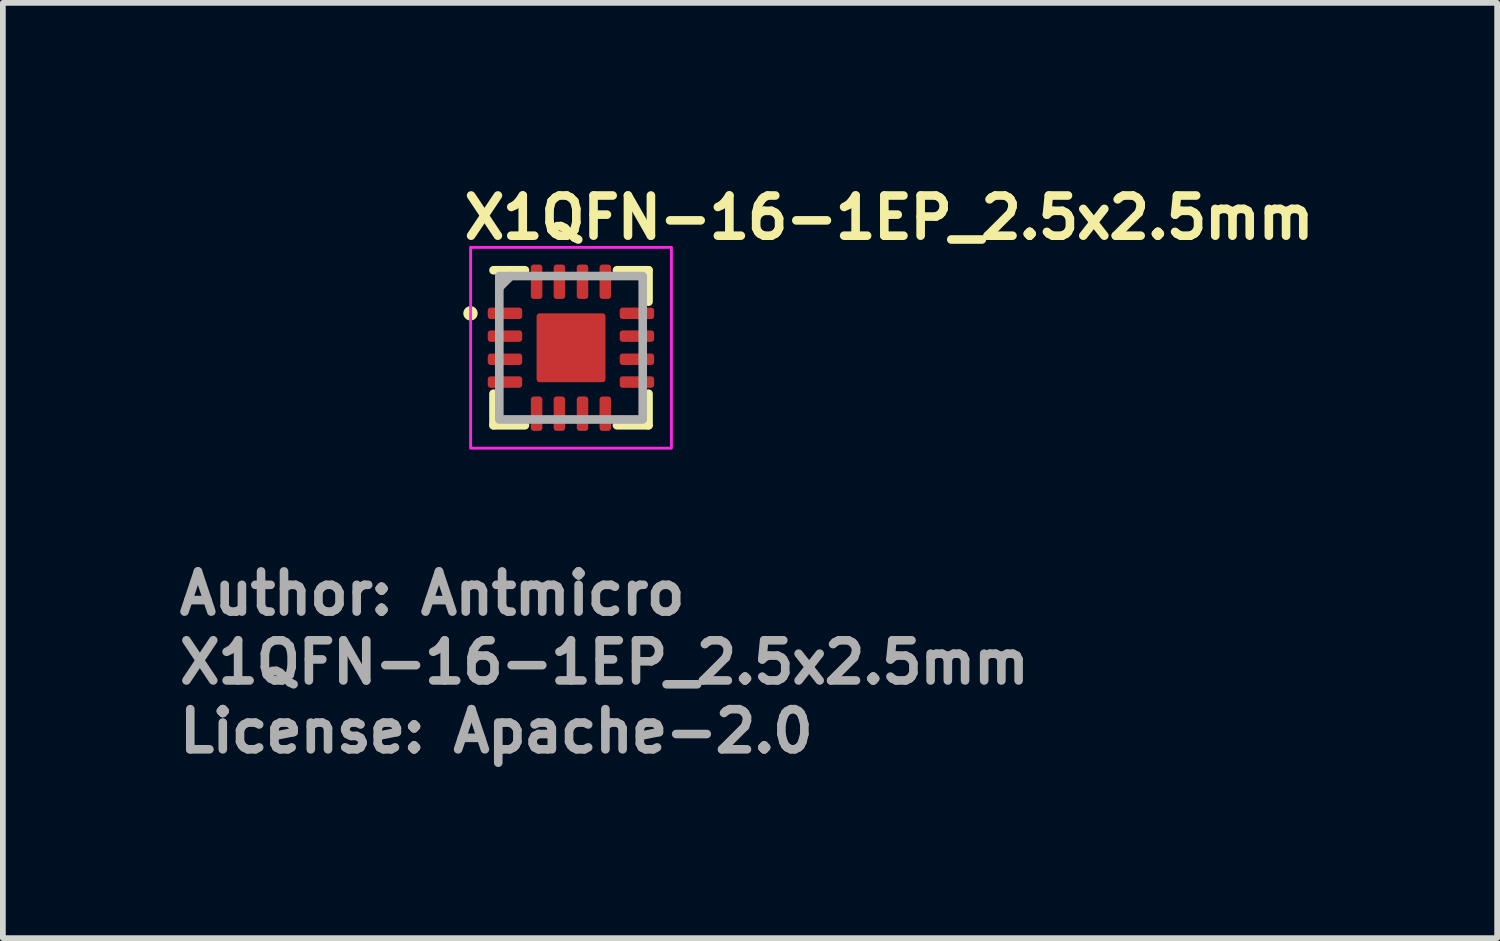
<source format=kicad_pcb>
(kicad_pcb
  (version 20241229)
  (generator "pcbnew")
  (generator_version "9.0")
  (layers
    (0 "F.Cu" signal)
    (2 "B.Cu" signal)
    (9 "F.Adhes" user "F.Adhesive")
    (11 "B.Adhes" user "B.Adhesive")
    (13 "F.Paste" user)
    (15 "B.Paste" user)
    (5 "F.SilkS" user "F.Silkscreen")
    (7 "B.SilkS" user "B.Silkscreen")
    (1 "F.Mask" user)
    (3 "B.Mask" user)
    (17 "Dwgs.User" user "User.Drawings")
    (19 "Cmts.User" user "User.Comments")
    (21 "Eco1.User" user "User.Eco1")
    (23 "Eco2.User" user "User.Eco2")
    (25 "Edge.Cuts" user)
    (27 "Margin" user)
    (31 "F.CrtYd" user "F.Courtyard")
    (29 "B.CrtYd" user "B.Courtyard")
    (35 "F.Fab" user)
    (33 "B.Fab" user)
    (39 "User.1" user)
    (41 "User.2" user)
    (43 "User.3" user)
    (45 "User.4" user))
  (footprint "X1QFN-16-1EP_2.5x2.5mm"
    (layer "F.Cu")
    (at 6.9 3.01)
    (property "Reference" "X1QFN-16-1EP_2.5x2.5mm" (at -1.94 -1.86 0) (unlocked yes) (layer "F.SilkS") (effects (font (size 0.7 0.7) (thickness 0.15)) (justify left bottom)))
    (attr smd)
    (fp_line (start -1.351 -1.351) (end -0.803 -1.351) (stroke (width 0.15) (type solid)) (layer "F.SilkS"))
    (fp_line (start -1.351 1.35) (end -1.351 0.8) (stroke (width 0.15) (type solid)) (layer "F.SilkS"))
    (fp_line (start -0.803 1.35) (end -1.351 1.35) (stroke (width 0.15) (type solid)) (layer "F.SilkS"))
    (fp_line (start 0.8 -1.351) (end 1.35 -1.351) (stroke (width 0.15) (type solid)) (layer "F.SilkS"))
    (fp_line (start 1.35 -1.351) (end 1.35 -0.803) (stroke (width 0.15) (type solid)) (layer "F.SilkS"))
    (fp_line (start 1.35 0.8) (end 1.35 1.35) (stroke (width 0.15) (type solid)) (layer "F.SilkS"))
    (fp_line (start 1.35 1.35) (end 0.8 1.35) (stroke (width 0.15) (type solid)) (layer "F.SilkS"))
    (fp_circle (center -1.752 -0.6) (end -1.702 -0.6) (stroke (width 0.15) (type solid)) (fill yes) (layer "F.SilkS"))
    (fp_rect (start -1.75 -1.75) (end 1.749 1.749) (stroke (width 0.05) (type solid)) (fill no) (layer "F.CrtYd"))
    (fp_line (start -1.25 -1.05) (end -1.05 -1.25) (stroke (width 0.15) (type solid)) (layer "F.Fab"))
    (fp_rect (start -1.25 -1.25) (end 1.249 1.249) (stroke (width 0.15) (type solid)) (fill no) (layer "F.Fab"))
    (fp_rect (start -1.25 -1.25) (end 1.249 1.249) (stroke (width 0.1) (type solid)) (fill no) (layer "User.5"))
    (fp_line (start -1.25 -1.25) (end 1.249 -1.25) (stroke (width 0.02) (type solid)) (layer "User.9"))
    (fp_line (start -1.25 1.249) (end -1.25 -1.25) (stroke (width 0.02) (type solid)) (layer "User.9"))
    (fp_line (start -0.902 -0.802) (end -0.901 -0.796) (stroke (width 0.02) (type solid)) (layer "User.9"))
    (fp_line (start -0.901 -0.812) (end -0.901 -0.807) (stroke (width 0.02) (type solid)) (layer "User.9"))
    (fp_line (start -0.901 -0.807) (end -0.902 -0.801) (stroke (width 0.02) (type solid)) (layer "User.9"))
    (fp_line (start -0.901 -0.796) (end -0.901 -0.791) (stroke (width 0.02) (type solid)) (layer "User.9"))
    (fp_line (start -0.901 -0.791) (end -0.9 -0.786) (stroke (width 0.02) (type solid)) (layer "User.9"))
    (fp_line (start -0.9 -0.817) (end -0.901 -0.812) (stroke (width 0.02) (type solid)) (layer "User.9"))
    (fp_line (start -0.9 -0.786) (end -0.899 -0.781) (stroke (width 0.02) (type solid)) (layer "User.9"))
    (fp_line (start -0.899 -0.822) (end -0.9 -0.817) (stroke (width 0.02) (type solid)) (layer "User.9"))
    (fp_line (start -0.899 -0.781) (end -0.898 -0.777) (stroke (width 0.02) (type solid)) (layer "User.9"))
    (fp_line (start -0.898 -0.826) (end -0.899 -0.822) (stroke (width 0.02) (type solid)) (layer "User.9"))
    (fp_line (start -0.898 -0.777) (end -0.896 -0.772) (stroke (width 0.02) (type solid)) (layer "User.9"))
    (fp_line (start -0.896 -0.831) (end -0.898 -0.826) (stroke (width 0.02) (type solid)) (layer "User.9"))
    (fp_line (start -0.896 -0.772) (end -0.894 -0.766) (stroke (width 0.02) (type solid)) (layer "User.9"))
    (fp_line (start -0.894 -0.835) (end -0.896 -0.831) (stroke (width 0.02) (type solid)) (layer "User.9"))
    (fp_line (start -0.894 -0.766) (end -0.893 -0.762) (stroke (width 0.02) (type solid)) (layer "User.9"))
    (fp_line (start -0.893 -0.839) (end -0.894 -0.835) (stroke (width 0.02) (type solid)) (layer "User.9"))
    (fp_line (start -0.893 -0.762) (end -0.891 -0.757) (stroke (width 0.02) (type solid)) (layer "User.9"))
    (fp_line (start -0.891 -0.844) (end -0.893 -0.839) (stroke (width 0.02) (type solid)) (layer "User.9"))
    (fp_line (start -0.891 -0.757) (end -0.888 -0.753) (stroke (width 0.02) (type solid)) (layer "User.9"))
    (fp_line (start -0.888 -0.848) (end -0.891 -0.844) (stroke (width 0.02) (type solid)) (layer "User.9"))
    (fp_line (start -0.888 -0.753) (end -0.886 -0.749) (stroke (width 0.02) (type solid)) (layer "User.9"))
    (fp_line (start -0.886 -0.852) (end -0.888 -0.848) (stroke (width 0.02) (type solid)) (layer "User.9"))
    (fp_line (start -0.886 -0.749) (end -0.883 -0.745) (stroke (width 0.02) (type solid)) (layer "User.9"))
    (fp_line (start -0.883 -0.856) (end -0.886 -0.852) (stroke (width 0.02) (type solid)) (layer "User.9"))
    (fp_line (start -0.883 -0.745) (end -0.881 -0.741) (stroke (width 0.02) (type solid)) (layer "User.9"))
    (fp_line (start -0.881 -0.86) (end -0.883 -0.856) (stroke (width 0.02) (type solid)) (layer "User.9"))
    (fp_line (start -0.881 -0.741) (end -0.878 -0.737) (stroke (width 0.02) (type solid)) (layer "User.9"))
    (fp_line (start -0.878 -0.864) (end -0.881 -0.86) (stroke (width 0.02) (type solid)) (layer "User.9"))
    (fp_line (start -0.878 -0.737) (end -0.875 -0.733) (stroke (width 0.02) (type solid)) (layer "User.9"))
    (fp_line (start -0.875 -0.868) (end -0.878 -0.864) (stroke (width 0.02) (type solid)) (layer "User.9"))
    (fp_line (start -0.875 -0.733) (end -0.871 -0.73) (stroke (width 0.02) (type solid)) (layer "User.9"))
    (fp_line (start -0.871 -0.871) (end -0.875 -0.868) (stroke (width 0.02) (type solid)) (layer "User.9"))
    (fp_line (start -0.871 -0.73) (end -0.868 -0.727) (stroke (width 0.02) (type solid)) (layer "User.9"))
    (fp_line (start -0.868 -0.874) (end -0.871 -0.871) (stroke (width 0.02) (type solid)) (layer "User.9"))
    (fp_line (start -0.868 -0.727) (end -0.864 -0.723) (stroke (width 0.02) (type solid)) (layer "User.9"))
    (fp_line (start -0.864 -0.878) (end -0.868 -0.874) (stroke (width 0.02) (type solid)) (layer "User.9"))
    (fp_line (start -0.864 -0.723) (end -0.86 -0.72) (stroke (width 0.02) (type solid)) (layer "User.9"))
    (fp_line (start -0.86 -0.881) (end -0.864 -0.878) (stroke (width 0.02) (type solid)) (layer "User.9"))
    (fp_line (start -0.86 -0.72) (end -0.856 -0.718) (stroke (width 0.02) (type solid)) (layer "User.9"))
    (fp_line (start -0.856 -0.883) (end -0.86 -0.881) (stroke (width 0.02) (type solid)) (layer "User.9"))
    (fp_line (start -0.856 -0.718) (end -0.852 -0.715) (stroke (width 0.02) (type solid)) (layer "User.9"))
    (fp_line (start -0.852 -0.886) (end -0.856 -0.883) (stroke (width 0.02) (type solid)) (layer "User.9"))
    (fp_line (start -0.852 -0.715) (end -0.848 -0.713) (stroke (width 0.02) (type solid)) (layer "User.9"))
    (fp_line (start -0.848 -0.888) (end -0.852 -0.886) (stroke (width 0.02) (type solid)) (layer "User.9"))
    (fp_line (start -0.848 -0.713) (end -0.844 -0.71) (stroke (width 0.02) (type solid)) (layer "User.9"))
    (fp_line (start -0.844 -0.891) (end -0.848 -0.888) (stroke (width 0.02) (type solid)) (layer "User.9"))
    (fp_line (start -0.844 -0.71) (end -0.839 -0.708) (stroke (width 0.02) (type solid)) (layer "User.9"))
    (fp_line (start -0.839 -0.893) (end -0.844 -0.891) (stroke (width 0.02) (type solid)) (layer "User.9"))
    (fp_line (start -0.839 -0.708) (end -0.835 -0.707) (stroke (width 0.02) (type solid)) (layer "User.9"))
    (fp_line (start -0.835 -0.894) (end -0.839 -0.893) (stroke (width 0.02) (type solid)) (layer "User.9"))
    (fp_line (start -0.835 -0.707) (end -0.831 -0.705) (stroke (width 0.02) (type solid)) (layer "User.9"))
    (fp_line (start -0.831 -0.896) (end -0.835 -0.894) (stroke (width 0.02) (type solid)) (layer "User.9"))
    (fp_line (start -0.831 -0.705) (end -0.826 -0.704) (stroke (width 0.02) (type solid)) (layer "User.9"))
    (fp_line (start -0.826 -0.898) (end -0.831 -0.896) (stroke (width 0.02) (type solid)) (layer "User.9"))
    (fp_line (start -0.826 -0.704) (end -0.822 -0.704) (stroke (width 0.02) (type solid)) (layer "User.9"))
    (fp_line (start -0.822 -0.899) (end -0.826 -0.898) (stroke (width 0.02) (type solid)) (layer "User.9"))
    (fp_line (start -0.822 -0.704) (end -0.817 -0.703) (stroke (width 0.02) (type solid)) (layer "User.9"))
    (fp_line (start -0.817 -0.9) (end -0.822 -0.899) (stroke (width 0.02) (type solid)) (layer "User.9"))
    (fp_line (start -0.817 -0.703) (end -0.812 -0.702) (stroke (width 0.02) (type solid)) (layer "User.9"))
    (fp_line (start -0.812 -0.901) (end -0.817 -0.9) (stroke (width 0.02) (type solid)) (layer "User.9"))
    (fp_line (start -0.812 -0.702) (end -0.807 -0.702) (stroke (width 0.02) (type solid)) (layer "User.9"))
    (fp_line (start -0.807 -0.901) (end -0.812 -0.901) (stroke (width 0.02) (type solid)) (layer "User.9"))
    (fp_line (start -0.807 -0.702) (end -0.802 -0.702) (stroke (width 0.02) (type solid)) (layer "User.9"))
    (fp_line (start -0.802 -0.901) (end -0.807 -0.901) (stroke (width 0.02) (type solid)) (layer "User.9"))
    (fp_line (start -0.802 -0.901) (end -0.802 -0.901) (stroke (width 0.02) (type solid)) (layer "User.9"))
    (fp_line (start -0.802 -0.702) (end -0.802 -0.702) (stroke (width 0.02) (type solid)) (layer "User.9"))
    (fp_line (start -0.802 -0.702) (end -0.796 -0.702) (stroke (width 0.02) (type solid)) (layer "User.9"))
    (fp_line (start -0.796 -0.901) (end -0.802 -0.901) (stroke (width 0.02) (type solid)) (layer "User.9"))
    (fp_line (start -0.796 -0.702) (end -0.791 -0.702) (stroke (width 0.02) (type solid)) (layer "User.9"))
    (fp_line (start -0.791 -0.901) (end -0.796 -0.901) (stroke (width 0.02) (type solid)) (layer "User.9"))
    (fp_line (start -0.791 -0.702) (end -0.786 -0.703) (stroke (width 0.02) (type solid)) (layer "User.9"))
    (fp_line (start -0.786 -0.9) (end -0.791 -0.901) (stroke (width 0.02) (type solid)) (layer "User.9"))
    (fp_line (start -0.786 -0.703) (end -0.781 -0.704) (stroke (width 0.02) (type solid)) (layer "User.9"))
    (fp_line (start -0.781 -0.899) (end -0.786 -0.9) (stroke (width 0.02) (type solid)) (layer "User.9"))
    (fp_line (start -0.781 -0.704) (end -0.777 -0.704) (stroke (width 0.02) (type solid)) (layer "User.9"))
    (fp_line (start -0.777 -0.898) (end -0.781 -0.899) (stroke (width 0.02) (type solid)) (layer "User.9"))
    (fp_line (start -0.777 -0.704) (end -0.772 -0.705) (stroke (width 0.02) (type solid)) (layer "User.9"))
    (fp_line (start -0.772 -0.896) (end -0.777 -0.898) (stroke (width 0.02) (type solid)) (layer "User.9"))
    (fp_line (start -0.772 -0.705) (end -0.766 -0.707) (stroke (width 0.02) (type solid)) (layer "User.9"))
    (fp_line (start -0.766 -0.894) (end -0.772 -0.896) (stroke (width 0.02) (type solid)) (layer "User.9"))
    (fp_line (start -0.766 -0.707) (end -0.762 -0.708) (stroke (width 0.02) (type solid)) (layer "User.9"))
    (fp_line (start -0.762 -0.893) (end -0.766 -0.894) (stroke (width 0.02) (type solid)) (layer "User.9"))
    (fp_line (start -0.762 -0.708) (end -0.757 -0.71) (stroke (width 0.02) (type solid)) (layer "User.9"))
    (fp_line (start -0.757 -0.891) (end -0.762 -0.893) (stroke (width 0.02) (type solid)) (layer "User.9"))
    (fp_line (start -0.757 -0.71) (end -0.753 -0.713) (stroke (width 0.02) (type solid)) (layer "User.9"))
    (fp_line (start -0.753 -0.888) (end -0.757 -0.891) (stroke (width 0.02) (type solid)) (layer "User.9"))
    (fp_line (start -0.753 -0.713) (end -0.749 -0.715) (stroke (width 0.02) (type solid)) (layer "User.9"))
    (fp_line (start -0.749 -0.886) (end -0.753 -0.888) (stroke (width 0.02) (type solid)) (layer "User.9"))
    (fp_line (start -0.749 -0.715) (end -0.745 -0.718) (stroke (width 0.02) (type solid)) (layer "User.9"))
    (fp_line (start -0.745 -0.883) (end -0.749 -0.886) (stroke (width 0.02) (type solid)) (layer "User.9"))
    (fp_line (start -0.745 -0.718) (end -0.741 -0.72) (stroke (width 0.02) (type solid)) (layer "User.9"))
    (fp_line (start -0.741 -0.881) (end -0.745 -0.883) (stroke (width 0.02) (type solid)) (layer "User.9"))
    (fp_line (start -0.741 -0.72) (end -0.737 -0.723) (stroke (width 0.02) (type solid)) (layer "User.9"))
    (fp_line (start -0.737 -0.878) (end -0.741 -0.881) (stroke (width 0.02) (type solid)) (layer "User.9"))
    (fp_line (start -0.737 -0.723) (end -0.733 -0.727) (stroke (width 0.02) (type solid)) (layer "User.9"))
    (fp_line (start -0.733 -0.874) (end -0.737 -0.878) (stroke (width 0.02) (type solid)) (layer "User.9"))
    (fp_line (start -0.733 -0.727) (end -0.73 -0.73) (stroke (width 0.02) (type solid)) (layer "User.9"))
    (fp_line (start -0.73 -0.871) (end -0.733 -0.874) (stroke (width 0.02) (type solid)) (layer "User.9"))
    (fp_line (start -0.73 -0.73) (end -0.726 -0.733) (stroke (width 0.02) (type solid)) (layer "User.9"))
    (fp_line (start -0.726 -0.868) (end -0.73 -0.871) (stroke (width 0.02) (type solid)) (layer "User.9"))
    (fp_line (start -0.726 -0.733) (end -0.723 -0.737) (stroke (width 0.02) (type solid)) (layer "User.9"))
    (fp_line (start -0.723 -0.864) (end -0.726 -0.868) (stroke (width 0.02) (type solid)) (layer "User.9"))
    (fp_line (start -0.723 -0.737) (end -0.72 -0.741) (stroke (width 0.02) (type solid)) (layer "User.9"))
    (fp_line (start -0.72 -0.86) (end -0.723 -0.864) (stroke (width 0.02) (type solid)) (layer "User.9"))
    (fp_line (start -0.72 -0.741) (end -0.718 -0.745) (stroke (width 0.02) (type solid)) (layer "User.9"))
    (fp_line (start -0.718 -0.856) (end -0.72 -0.86) (stroke (width 0.02) (type solid)) (layer "User.9"))
    (fp_line (start -0.718 -0.745) (end -0.715 -0.749) (stroke (width 0.02) (type solid)) (layer "User.9"))
    (fp_line (start -0.715 -0.852) (end -0.718 -0.856) (stroke (width 0.02) (type solid)) (layer "User.9"))
    (fp_line (start -0.715 -0.749) (end -0.713 -0.753) (stroke (width 0.02) (type solid)) (layer "User.9"))
    (fp_line (start -0.713 -0.848) (end -0.715 -0.852) (stroke (width 0.02) (type solid)) (layer "User.9"))
    (fp_line (start -0.713 -0.753) (end -0.71 -0.757) (stroke (width 0.02) (type solid)) (layer "User.9"))
    (fp_line (start -0.71 -0.844) (end -0.713 -0.848) (stroke (width 0.02) (type solid)) (layer "User.9"))
    (fp_line (start -0.71 -0.757) (end -0.708 -0.762) (stroke (width 0.02) (type solid)) (layer "User.9"))
    (fp_line (start -0.708 -0.839) (end -0.71 -0.844) (stroke (width 0.02) (type solid)) (layer "User.9"))
    (fp_line (start -0.708 -0.762) (end -0.707 -0.766) (stroke (width 0.02) (type solid)) (layer "User.9"))
    (fp_line (start -0.707 -0.835) (end -0.708 -0.839) (stroke (width 0.02) (type solid)) (layer "User.9"))
    (fp_line (start -0.707 -0.766) (end -0.705 -0.772) (stroke (width 0.02) (type solid)) (layer "User.9"))
    (fp_line (start -0.705 -0.831) (end -0.707 -0.835) (stroke (width 0.02) (type solid)) (layer "User.9"))
    (fp_line (start -0.705 -0.772) (end -0.704 -0.777) (stroke (width 0.02) (type solid)) (layer "User.9"))
    (fp_line (start -0.704 -0.826) (end -0.705 -0.831) (stroke (width 0.02) (type solid)) (layer "User.9"))
    (fp_line (start -0.704 -0.822) (end -0.704 -0.826) (stroke (width 0.02) (type solid)) (layer "User.9"))
    (fp_line (start -0.704 -0.781) (end -0.703 -0.786) (stroke (width 0.02) (type solid)) (layer "User.9"))
    (fp_line (start -0.704 -0.777) (end -0.704 -0.781) (stroke (width 0.02) (type solid)) (layer "User.9"))
    (fp_line (start -0.703 -0.817) (end -0.704 -0.822) (stroke (width 0.02) (type solid)) (layer "User.9"))
    (fp_line (start -0.703 -0.786) (end -0.702 -0.791) (stroke (width 0.02) (type solid)) (layer "User.9"))
    (fp_line (start -0.702 -0.812) (end -0.703 -0.817) (stroke (width 0.02) (type solid)) (layer "User.9"))
    (fp_line (start -0.702 -0.807) (end -0.702 -0.812) (stroke (width 0.02) (type solid)) (layer "User.9"))
    (fp_line (start -0.702 -0.796) (end -0.701 -0.802) (stroke (width 0.02) (type solid)) (layer "User.9"))
    (fp_line (start -0.702 -0.791) (end -0.702 -0.796) (stroke (width 0.02) (type solid)) (layer "User.9"))
    (fp_line (start -0.701 -0.802) (end -0.702 -0.807) (stroke (width 0.02) (type solid)) (layer "User.9"))
    (fp_line (start 1.249 -1.25) (end 1.249 1.249) (stroke (width 0.02) (type solid)) (layer "User.9"))
    (fp_line (start 1.249 1.249) (end -1.25 1.249) (stroke (width 0.02) (type solid)) (layer "User.9"))
    (fp_text user "Author: Antmicro" (at -6.9 4.69 0) (layer "F.Fab") (effects (font (size 0.7 0.7) (thickness 0.15)) (justify left bottom)))
    (fp_text user "${REFERENCE}" (at -6.9 5.89 0) (layer "F.Fab") (effects (font (size 0.7 0.7) (thickness 0.15)) (justify left bottom)))
    (fp_text user "License: Apache-2.0" (at -6.9 7.09 0) (layer "F.Fab") (effects (font (size 0.7 0.7) (thickness 0.15)) (justify left bottom)))
    (pad "1" smd roundrect (at -1.151 -0.6) (size 0.6 0.2) (layers "F.Cu" "F.Mask" "F.Paste") (roundrect_rratio 0.25))
    (pad "2" smd roundrect (at -1.151 -0.203) (size 0.6 0.2) (layers "F.Cu" "F.Mask" "F.Paste") (roundrect_rratio 0.25))
    (pad "3" smd roundrect (at -1.151 0.2) (size 0.6 0.2) (layers "F.Cu" "F.Mask" "F.Paste") (roundrect_rratio 0.25))
    (pad "4" smd roundrect (at -1.151 0.597) (size 0.6 0.2) (layers "F.Cu" "F.Mask" "F.Paste") (roundrect_rratio 0.25))
    (pad "5" smd roundrect (at -0.6 1.148 90) (size 0.6 0.2) (layers "F.Cu" "F.Mask" "F.Paste") (roundrect_rratio 0.25))
    (pad "6" smd roundrect (at -0.203 1.148 90) (size 0.6 0.2) (layers "F.Cu" "F.Mask" "F.Paste") (roundrect_rratio 0.25))
    (pad "7" smd roundrect (at 0.2 1.148 90) (size 0.6 0.2) (layers "F.Cu" "F.Mask" "F.Paste") (roundrect_rratio 0.25))
    (pad "8" smd roundrect (at 0.597 1.148 90) (size 0.6 0.2) (layers "F.Cu" "F.Mask" "F.Paste") (roundrect_rratio 0.25))
    (pad "9" smd roundrect (at 1.148 0.597) (size 0.6 0.2) (layers "F.Cu" "F.Mask" "F.Paste") (roundrect_rratio 0.25))
    (pad "10" smd roundrect (at 1.148 0.2) (size 0.6 0.2) (layers "F.Cu" "F.Mask" "F.Paste") (roundrect_rratio 0.25))
    (pad "11" smd roundrect (at 1.148 -0.203) (size 0.6 0.2) (layers "F.Cu" "F.Mask" "F.Paste") (roundrect_rratio 0.25))
    (pad "12" smd roundrect (at 1.148 -0.6) (size 0.6 0.2) (layers "F.Cu" "F.Mask" "F.Paste") (roundrect_rratio 0.25))
    (pad "13" smd roundrect (at 0.597 -1.151 90) (size 0.6 0.2) (layers "F.Cu" "F.Mask" "F.Paste") (roundrect_rratio 0.25))
    (pad "14" smd roundrect (at 0.2 -1.151 90) (size 0.6 0.2) (layers "F.Cu" "F.Mask" "F.Paste") (roundrect_rratio 0.25))
    (pad "15" smd roundrect (at -0.203 -1.151 90) (size 0.6 0.2) (layers "F.Cu" "F.Mask" "F.Paste") (roundrect_rratio 0.25))
    (pad "16" smd roundrect (at -0.6 -1.151 90) (size 0.6 0.2) (layers "F.Cu" "F.Mask" "F.Paste") (roundrect_rratio 0.25))
    (pad "17" smd roundrect (at 0 0 90) (size 1.2 1.2) (layers "F.Cu" "F.Mask" "F.Paste") (roundrect_rratio 0.042)))
  (gr_rect
    (start -3 -3)
    (end 23.037 13.296)
    (stroke (width 0.1) (type default))
    (fill no)
    (layer "Edge.Cuts")))
</source>
